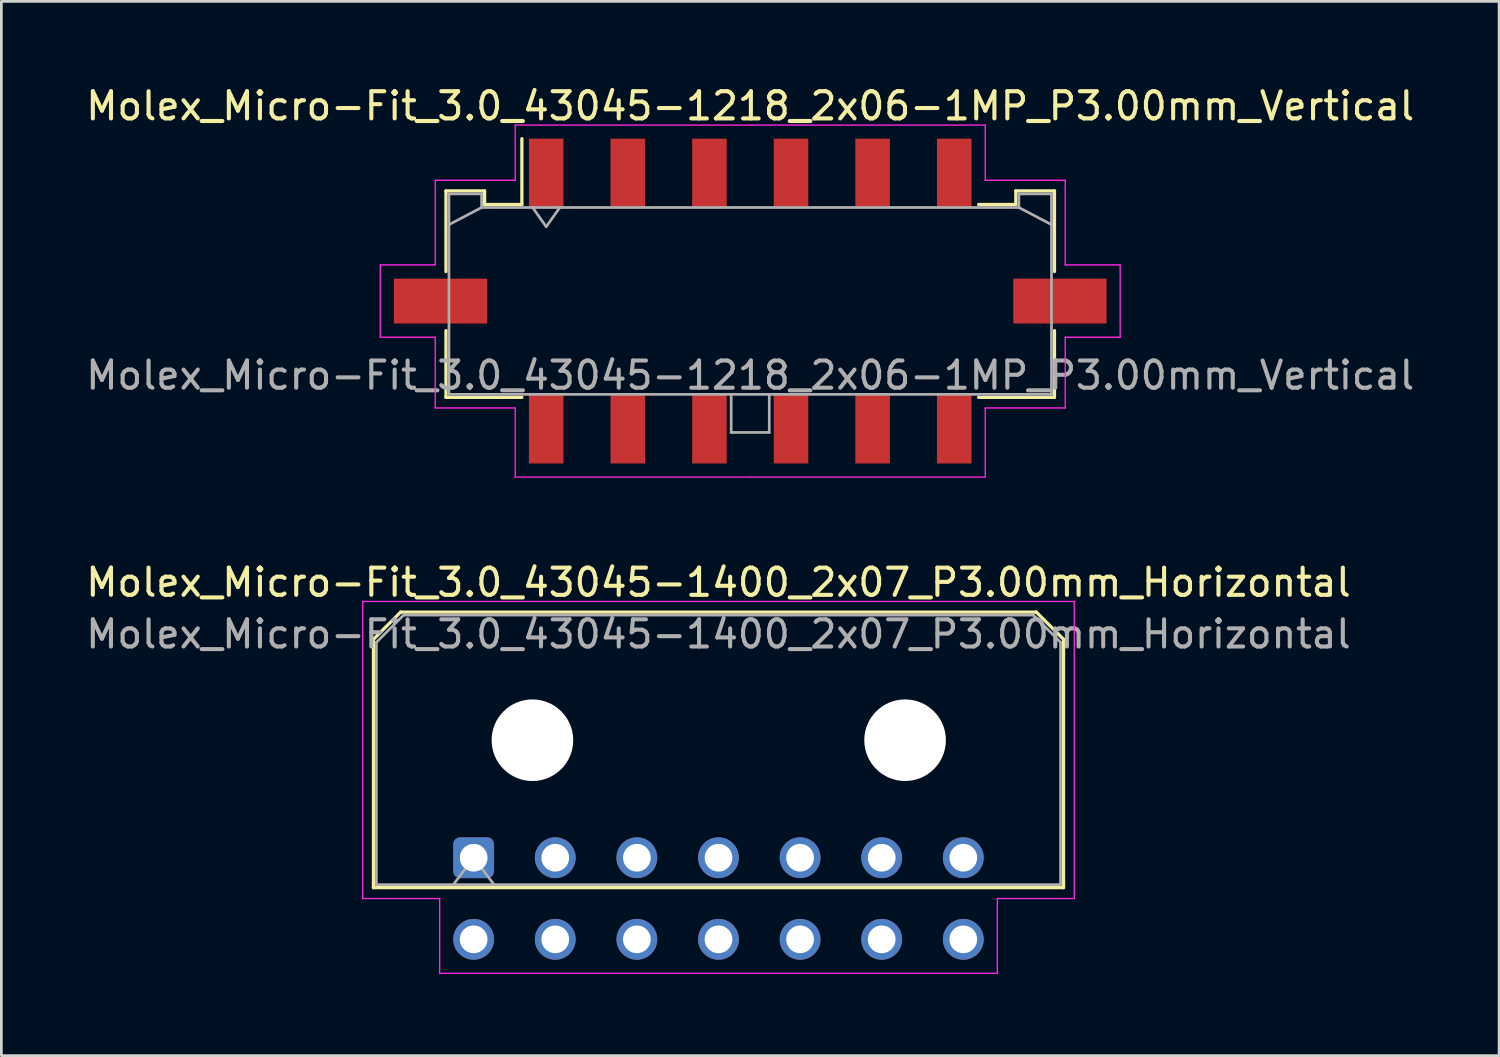
<source format=kicad_pcb>
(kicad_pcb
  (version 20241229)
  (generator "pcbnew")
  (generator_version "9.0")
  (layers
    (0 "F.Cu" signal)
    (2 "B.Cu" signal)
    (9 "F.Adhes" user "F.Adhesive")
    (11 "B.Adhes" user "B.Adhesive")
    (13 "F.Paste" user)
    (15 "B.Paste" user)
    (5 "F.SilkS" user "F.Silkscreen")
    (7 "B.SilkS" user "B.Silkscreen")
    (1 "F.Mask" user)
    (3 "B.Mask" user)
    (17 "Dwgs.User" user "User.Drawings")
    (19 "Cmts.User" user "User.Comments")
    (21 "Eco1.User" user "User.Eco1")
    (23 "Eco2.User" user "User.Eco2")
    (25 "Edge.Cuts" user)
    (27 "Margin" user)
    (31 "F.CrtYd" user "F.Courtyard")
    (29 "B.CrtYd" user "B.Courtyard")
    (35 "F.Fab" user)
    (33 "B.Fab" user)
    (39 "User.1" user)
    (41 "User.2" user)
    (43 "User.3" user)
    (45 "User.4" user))
  (footprint "Molex_Micro-Fit_3.0_43045-1400_2x07_P3.00mm_Horizontal"
    (layer "F.Cu")
    (at 14.363 28.482)
    (property "Reference" "Molex_Micro-Fit_3.0_43045-1400_2x07_P3.00mm_Horizontal" (at 9 -10.12 0) (layer "F.SilkS") (effects (font (size 1 1) (thickness 0.15))))
    (attr through_hole)
    (fp_line (start -3.685 -8.03) (end -2.685 -9.03) (stroke (width 0.12) (type solid)) (layer "F.SilkS"))
    (fp_line (start -3.685 1.1) (end -3.685 -8.03) (stroke (width 0.12) (type solid)) (layer "F.SilkS"))
    (fp_line (start -2.685 -9.03) (end 20.685 -9.03) (stroke (width 0.12) (type solid)) (layer "F.SilkS"))
    (fp_line (start 20.685 -9.03) (end 21.685 -8.03) (stroke (width 0.12) (type solid)) (layer "F.SilkS"))
    (fp_line (start 21.685 -8.03) (end 21.685 1.1) (stroke (width 0.12) (type solid)) (layer "F.SilkS"))
    (fp_line (start 21.685 1.1) (end -3.685 1.1) (stroke (width 0.12) (type solid)) (layer "F.SilkS"))
    (fp_line (start -4.08 -9.42) (end 22.08 -9.42) (stroke (width 0.05) (type solid)) (layer "F.CrtYd"))
    (fp_line (start -4.08 1.5) (end -4.08 -9.42) (stroke (width 0.05) (type solid)) (layer "F.CrtYd"))
    (fp_line (start -1.25 1.5) (end -4.08 1.5) (stroke (width 0.05) (type solid)) (layer "F.CrtYd"))
    (fp_line (start -1.25 4.25) (end -1.25 1.5) (stroke (width 0.05) (type solid)) (layer "F.CrtYd"))
    (fp_line (start 19.25 1.5) (end 19.25 4.25) (stroke (width 0.05) (type solid)) (layer "F.CrtYd"))
    (fp_line (start 19.25 4.25) (end -1.25 4.25) (stroke (width 0.05) (type solid)) (layer "F.CrtYd"))
    (fp_line (start 22.08 -9.42) (end 22.08 1.5) (stroke (width 0.05) (type solid)) (layer "F.CrtYd"))
    (fp_line (start 22.08 1.5) (end 19.25 1.5) (stroke (width 0.05) (type solid)) (layer "F.CrtYd"))
    (fp_line (start -3.575 -7.92) (end -2.575 -8.92) (stroke (width 0.1) (type solid)) (layer "F.Fab"))
    (fp_line (start -3.575 0.99) (end -3.575 -7.92) (stroke (width 0.1) (type solid)) (layer "F.Fab"))
    (fp_line (start -2.575 -8.92) (end 20.575 -8.92) (stroke (width 0.1) (type solid)) (layer "F.Fab"))
    (fp_line (start -0.75 0.99) (end 0 0) (stroke (width 0.1) (type solid)) (layer "F.Fab"))
    (fp_line (start 0 0) (end 0.75 0.99) (stroke (width 0.1) (type solid)) (layer "F.Fab"))
    (fp_line (start 20.575 -8.92) (end 21.575 -7.92) (stroke (width 0.1) (type solid)) (layer "F.Fab"))
    (fp_line (start 21.575 -7.92) (end 21.575 0.99) (stroke (width 0.1) (type solid)) (layer "F.Fab"))
    (fp_line (start 21.575 0.99) (end -3.575 0.99) (stroke (width 0.1) (type solid)) (layer "F.Fab"))
    (fp_text user "${REFERENCE}" (at 9 -8.22 0) (layer "F.Fab") (effects (font (size 1 1) (thickness 0.15))))
    (pad "" np_thru_hole circle (at 2.16 -4.32) (size 3 3) (drill 3) (layers "*.Cu" "*.Mask"))
    (pad "" np_thru_hole circle (at 15.86 -4.32) (size 3 3) (drill 3) (layers "*.Cu" "*.Mask"))
    (pad "1" thru_hole roundrect (at 0 0) (size 1.5 1.5) (drill 1.02) (layers "*.Cu" "*.Mask") (roundrect_rratio 0.167))
    (pad "2" thru_hole circle (at 3 0) (size 1.5 1.5) (drill 1.02) (layers "*.Cu" "*.Mask"))
    (pad "3" thru_hole circle (at 6 0) (size 1.5 1.5) (drill 1.02) (layers "*.Cu" "*.Mask"))
    (pad "4" thru_hole circle (at 9 0) (size 1.5 1.5) (drill 1.02) (layers "*.Cu" "*.Mask"))
    (pad "5" thru_hole circle (at 12 0) (size 1.5 1.5) (drill 1.02) (layers "*.Cu" "*.Mask"))
    (pad "6" thru_hole circle (at 15 0) (size 1.5 1.5) (drill 1.02) (layers "*.Cu" "*.Mask"))
    (pad "7" thru_hole circle (at 18 0) (size 1.5 1.5) (drill 1.02) (layers "*.Cu" "*.Mask"))
    (pad "8" thru_hole circle (at 0 3) (size 1.5 1.5) (drill 1.02) (layers "*.Cu" "*.Mask"))
    (pad "9" thru_hole circle (at 3 3) (size 1.5 1.5) (drill 1.02) (layers "*.Cu" "*.Mask"))
    (pad "10" thru_hole circle (at 6 3) (size 1.5 1.5) (drill 1.02) (layers "*.Cu" "*.Mask"))
    (pad "11" thru_hole circle (at 9 3) (size 1.5 1.5) (drill 1.02) (layers "*.Cu" "*.Mask"))
    (pad "12" thru_hole circle (at 12 3) (size 1.5 1.5) (drill 1.02) (layers "*.Cu" "*.Mask"))
    (pad "13" thru_hole circle (at 15 3) (size 1.5 1.5) (drill 1.02) (layers "*.Cu" "*.Mask"))
    (pad "14" thru_hole circle (at 18 3) (size 1.5 1.5) (drill 1.02) (layers "*.Cu" "*.Mask")))
  (footprint "Molex_Micro-Fit_3.0_43045-1218_2x06-1MP_P3.00mm_Vertical"
    (layer "F.Cu")
    (at 24.53 8.018)
    (property "Reference" "Molex_Micro-Fit_3.0_43045-1218_2x06-1MP_P3.00mm_Vertical" (at 0 -7.17 0) (layer "F.SilkS") (effects (font (size 1 1) (thickness 0.15))))
    (attr smd)
    (fp_line (start -11.185 -4.05) (end -9.765 -4.05) (stroke (width 0.12) (type solid)) (layer "F.SilkS"))
    (fp_line (start -11.185 -1.085) (end -11.185 -4.05) (stroke (width 0.12) (type solid)) (layer "F.SilkS"))
    (fp_line (start -11.185 1.085) (end -11.185 3.54) (stroke (width 0.12) (type solid)) (layer "F.SilkS"))
    (fp_line (start -11.185 3.54) (end -8.395 3.54) (stroke (width 0.12) (type solid)) (layer "F.SilkS"))
    (fp_line (start -9.765 -4.05) (end -9.765 -3.55) (stroke (width 0.12) (type solid)) (layer "F.SilkS"))
    (fp_line (start -9.765 -3.55) (end -8.395 -3.55) (stroke (width 0.12) (type solid)) (layer "F.SilkS"))
    (fp_line (start -8.395 -3.55) (end -8.395 -5.97) (stroke (width 0.12) (type solid)) (layer "F.SilkS"))
    (fp_line (start 9.765 -4.05) (end 9.765 -3.55) (stroke (width 0.12) (type solid)) (layer "F.SilkS"))
    (fp_line (start 9.765 -3.55) (end 8.395 -3.55) (stroke (width 0.12) (type solid)) (layer "F.SilkS"))
    (fp_line (start 11.185 -4.05) (end 9.765 -4.05) (stroke (width 0.12) (type solid)) (layer "F.SilkS"))
    (fp_line (start 11.185 -1.085) (end 11.185 -4.05) (stroke (width 0.12) (type solid)) (layer "F.SilkS"))
    (fp_line (start 11.185 1.085) (end 11.185 3.54) (stroke (width 0.12) (type solid)) (layer "F.SilkS"))
    (fp_line (start 11.185 3.54) (end 8.395 3.54) (stroke (width 0.12) (type solid)) (layer "F.SilkS"))
    (fp_line (start -13.6 -1.33) (end -13.6 1.33) (stroke (width 0.05) (type solid)) (layer "F.CrtYd"))
    (fp_line (start -13.6 1.33) (end -11.58 1.33) (stroke (width 0.05) (type solid)) (layer "F.CrtYd"))
    (fp_line (start -11.58 -4.44) (end -11.58 -1.33) (stroke (width 0.05) (type solid)) (layer "F.CrtYd"))
    (fp_line (start -11.58 -1.33) (end -13.6 -1.33) (stroke (width 0.05) (type solid)) (layer "F.CrtYd"))
    (fp_line (start -11.58 1.33) (end -11.58 3.93) (stroke (width 0.05) (type solid)) (layer "F.CrtYd"))
    (fp_line (start -11.58 3.93) (end -8.64 3.93) (stroke (width 0.05) (type solid)) (layer "F.CrtYd"))
    (fp_line (start -8.64 -6.47) (end -8.64 -4.44) (stroke (width 0.05) (type solid)) (layer "F.CrtYd"))
    (fp_line (start -8.64 -4.44) (end -11.58 -4.44) (stroke (width 0.05) (type solid)) (layer "F.CrtYd"))
    (fp_line (start -8.64 3.93) (end -8.64 6.47) (stroke (width 0.05) (type solid)) (layer "F.CrtYd"))
    (fp_line (start -8.64 6.47) (end 0 6.47) (stroke (width 0.05) (type solid)) (layer "F.CrtYd"))
    (fp_line (start 0 -6.47) (end -8.64 -6.47) (stroke (width 0.05) (type solid)) (layer "F.CrtYd"))
    (fp_line (start 0 -6.47) (end 8.64 -6.47) (stroke (width 0.05) (type solid)) (layer "F.CrtYd"))
    (fp_line (start 8.64 -6.47) (end 8.64 -4.44) (stroke (width 0.05) (type solid)) (layer "F.CrtYd"))
    (fp_line (start 8.64 -4.44) (end 11.58 -4.44) (stroke (width 0.05) (type solid)) (layer "F.CrtYd"))
    (fp_line (start 8.64 3.93) (end 8.64 6.47) (stroke (width 0.05) (type solid)) (layer "F.CrtYd"))
    (fp_line (start 8.64 6.47) (end 0 6.47) (stroke (width 0.05) (type solid)) (layer "F.CrtYd"))
    (fp_line (start 11.58 -4.44) (end 11.58 -1.33) (stroke (width 0.05) (type solid)) (layer "F.CrtYd"))
    (fp_line (start 11.58 -1.33) (end 13.6 -1.33) (stroke (width 0.05) (type solid)) (layer "F.CrtYd"))
    (fp_line (start 11.58 1.33) (end 11.58 3.93) (stroke (width 0.05) (type solid)) (layer "F.CrtYd"))
    (fp_line (start 11.58 3.93) (end 8.64 3.93) (stroke (width 0.05) (type solid)) (layer "F.CrtYd"))
    (fp_line (start 13.6 -1.33) (end 13.6 1.33) (stroke (width 0.05) (type solid)) (layer "F.CrtYd"))
    (fp_line (start 13.6 1.33) (end 11.58 1.33) (stroke (width 0.05) (type solid)) (layer "F.CrtYd"))
    (fp_line (start -11.075 -3.94) (end -11.075 3.43) (stroke (width 0.1) (type solid)) (layer "F.Fab"))
    (fp_line (start -11.075 -2.81) (end -9.875 -3.44) (stroke (width 0.1) (type solid)) (layer "F.Fab"))
    (fp_line (start -11.075 3.43) (end 11.075 3.43) (stroke (width 0.1) (type solid)) (layer "F.Fab"))
    (fp_line (start -9.875 -3.94) (end -11.075 -3.94) (stroke (width 0.1) (type solid)) (layer "F.Fab"))
    (fp_line (start -9.875 -3.44) (end -9.875 -3.94) (stroke (width 0.1) (type solid)) (layer "F.Fab"))
    (fp_line (start -8 -3.44) (end -7.5 -2.733) (stroke (width 0.1) (type solid)) (layer "F.Fab"))
    (fp_line (start -7.5 -2.733) (end -7 -3.44) (stroke (width 0.1) (type solid)) (layer "F.Fab"))
    (fp_line (start -0.7 3.43) (end -0.7 4.83) (stroke (width 0.1) (type solid)) (layer "F.Fab"))
    (fp_line (start -0.7 4.83) (end 0.7 4.83) (stroke (width 0.1) (type solid)) (layer "F.Fab"))
    (fp_line (start 0.7 4.83) (end 0.7 3.43) (stroke (width 0.1) (type solid)) (layer "F.Fab"))
    (fp_line (start 9.875 -3.94) (end 9.875 -3.44) (stroke (width 0.1) (type solid)) (layer "F.Fab"))
    (fp_line (start 9.875 -3.44) (end -9.875 -3.44) (stroke (width 0.1) (type solid)) (layer "F.Fab"))
    (fp_line (start 11.075 -3.94) (end 9.875 -3.94) (stroke (width 0.1) (type solid)) (layer "F.Fab"))
    (fp_line (start 11.075 -2.81) (end 9.875 -3.44) (stroke (width 0.1) (type solid)) (layer "F.Fab"))
    (fp_line (start 11.075 3.43) (end 11.075 -3.94) (stroke (width 0.1) (type solid)) (layer "F.Fab"))
    (fp_text user "${REFERENCE}" (at 0 2.73 0) (layer "F.Fab") (effects (font (size 1 1) (thickness 0.15))))
    (pad "1" smd rect (at -7.5 -4.7) (size 1.27 2.54) (layers "F.Cu" "F.Mask" "F.Paste"))
    (pad "2" smd rect (at -4.5 -4.7) (size 1.27 2.54) (layers "F.Cu" "F.Mask" "F.Paste"))
    (pad "3" smd rect (at -1.5 -4.7) (size 1.27 2.54) (layers "F.Cu" "F.Mask" "F.Paste"))
    (pad "4" smd rect (at 1.5 -4.7) (size 1.27 2.54) (layers "F.Cu" "F.Mask" "F.Paste"))
    (pad "5" smd rect (at 4.5 -4.7) (size 1.27 2.54) (layers "F.Cu" "F.Mask" "F.Paste"))
    (pad "6" smd rect (at 7.5 -4.7) (size 1.27 2.54) (layers "F.Cu" "F.Mask" "F.Paste"))
    (pad "7" smd rect (at -7.5 4.7) (size 1.27 2.54) (layers "F.Cu" "F.Mask" "F.Paste"))
    (pad "8" smd rect (at -4.5 4.7) (size 1.27 2.54) (layers "F.Cu" "F.Mask" "F.Paste"))
    (pad "9" smd rect (at -1.5 4.7) (size 1.27 2.54) (layers "F.Cu" "F.Mask" "F.Paste"))
    (pad "10" smd rect (at 1.5 4.7) (size 1.27 2.54) (layers "F.Cu" "F.Mask" "F.Paste"))
    (pad "11" smd rect (at 4.5 4.7) (size 1.27 2.54) (layers "F.Cu" "F.Mask" "F.Paste"))
    (pad "12" smd rect (at 7.5 4.7) (size 1.27 2.54) (layers "F.Cu" "F.Mask" "F.Paste"))
    (pad "MP" smd rect (at -11.385 0) (size 3.43 1.65) (layers "F.Cu" "F.Mask" "F.Paste"))
    (pad "MP" smd rect (at 11.385 0) (size 3.43 1.65) (layers "F.Cu" "F.Mask" "F.Paste")))
  (gr_rect
    (start -3 -3)
    (end 52.06 35.757)
    (stroke (width 0.1) (type default))
    (fill no)
    (layer "Edge.Cuts")))
</source>
